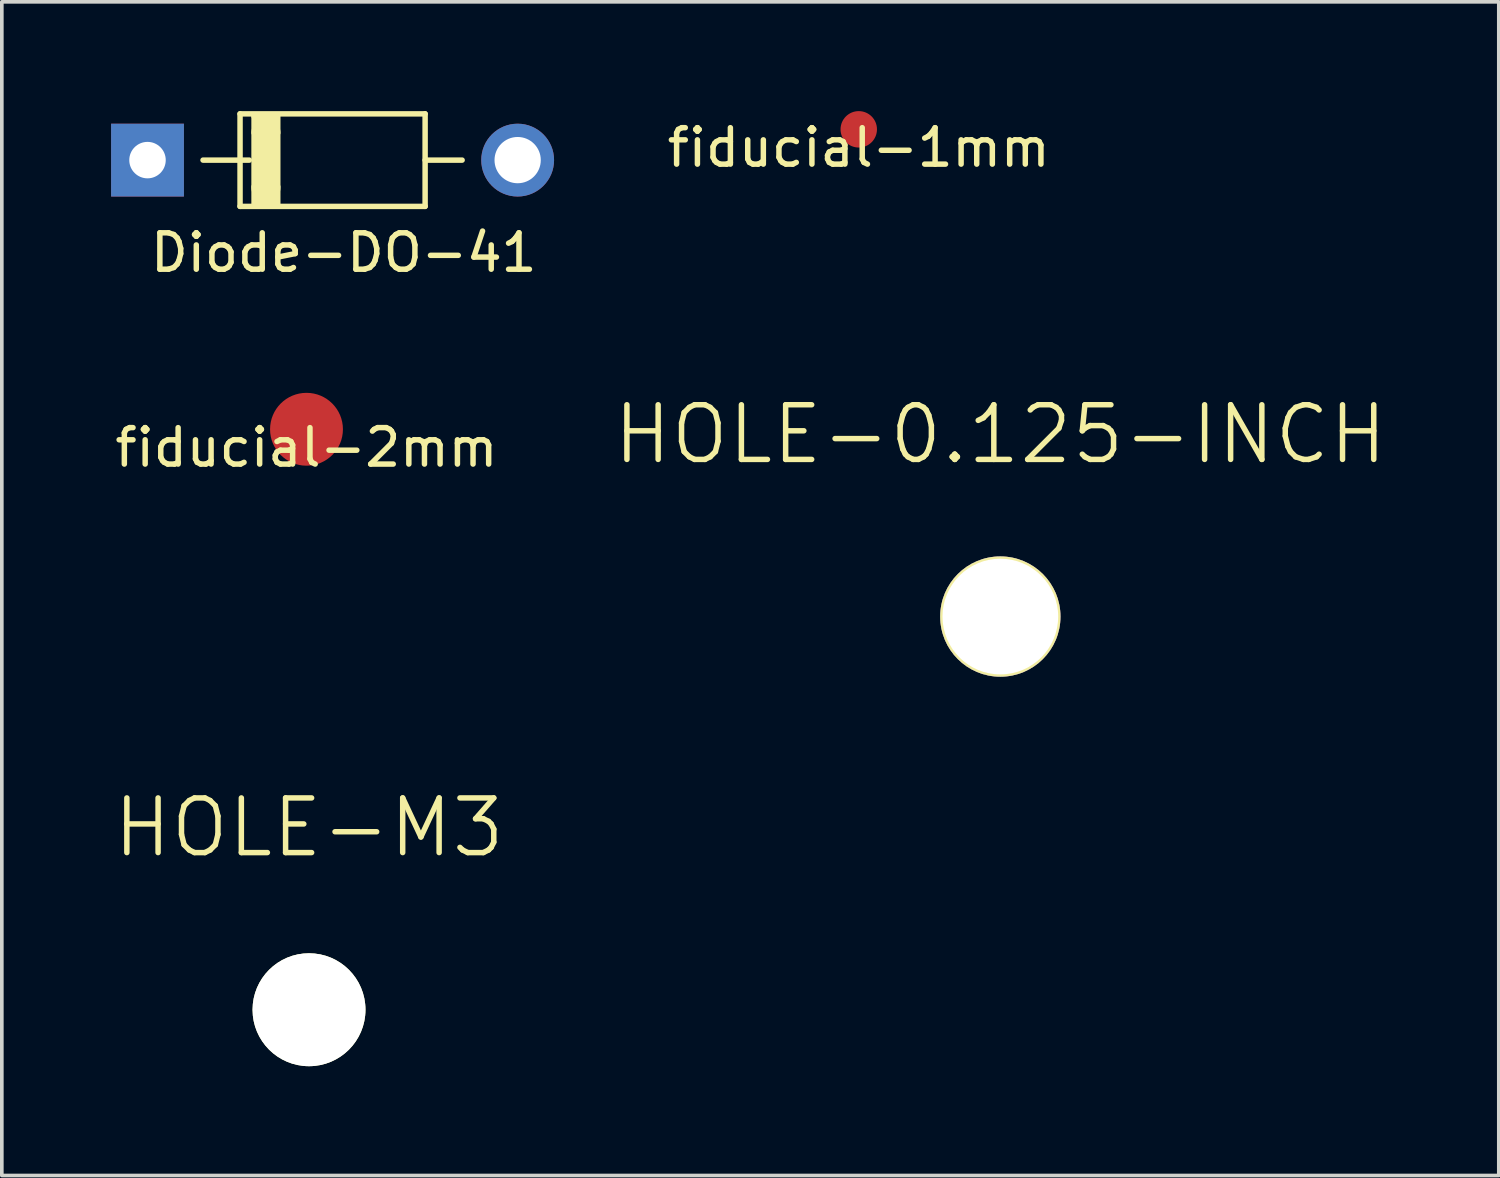
<source format=kicad_pcb>
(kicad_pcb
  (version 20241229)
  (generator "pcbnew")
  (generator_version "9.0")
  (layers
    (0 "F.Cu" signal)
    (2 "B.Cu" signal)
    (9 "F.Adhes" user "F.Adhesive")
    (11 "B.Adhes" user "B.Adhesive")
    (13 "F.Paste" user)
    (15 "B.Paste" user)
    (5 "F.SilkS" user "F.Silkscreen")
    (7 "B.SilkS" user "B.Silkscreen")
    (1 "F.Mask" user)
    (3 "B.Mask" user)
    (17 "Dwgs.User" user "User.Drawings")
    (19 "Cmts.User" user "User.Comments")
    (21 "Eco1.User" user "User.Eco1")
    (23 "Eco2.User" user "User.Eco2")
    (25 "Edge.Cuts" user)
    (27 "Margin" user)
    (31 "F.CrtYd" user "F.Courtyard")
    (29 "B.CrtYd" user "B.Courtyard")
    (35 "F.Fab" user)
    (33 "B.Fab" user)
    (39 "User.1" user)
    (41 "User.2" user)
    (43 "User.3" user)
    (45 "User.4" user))
  (footprint "fiducial-1mm"
    (layer "F.Cu")
    (at 20.522 0.5)
    (property "Reference" "fiducial-1mm" (at 0 0.5 0) (layer "F.SilkS") (effects (font (size 1 1) (thickness 0.15))))
    (attr through_hole)
    (pad "1" smd oval (at 0 0) (size 1 1) (layers "F.Cu" "F.Mask" "F.Paste")))
  (footprint "fiducial-2mm"
    (layer "F.Cu")
    (at 5.363 8.733)
    (property "Reference" "fiducial-2mm" (at 0 0.5 0) (layer "F.SilkS") (effects (font (size 1 1) (thickness 0.15))))
    (attr through_hole)
    (pad "1" smd oval (at 0 0) (size 2 2) (layers "F.Cu" "F.Mask" "F.Paste")))
  (footprint "Diode-DO-41"
    (layer "F.Cu")
    (at 0.999 1.348)
    (property "Reference" "Diode-DO-41" (at 5.387 2.537 0) (layer "F.SilkS") (effects (font (size 1 1) (thickness 0.15))))
    (attr through_hole)
    (fp_line (start 2.54 -1.273) (end 7.62 -1.273) (stroke (width 0.15) (type solid)) (layer "F.SilkS"))
    (fp_line (start 2.54 1.267) (end 2.54 -1.273) (stroke (width 0.15) (type solid)) (layer "F.SilkS"))
    (fp_line (start 2.794 -0.003) (end 1.524 -0.003) (stroke (width 0.15) (type solid)) (layer "F.SilkS"))
    (fp_line (start 2.925 -1.2) (end 3.55 -1.2) (stroke (width 0.15) (type solid)) (layer "F.SilkS"))
    (fp_line (start 2.925 -0.75) (end 2.925 -1.225) (stroke (width 0.15) (type solid)) (layer "F.SilkS"))
    (fp_line (start 2.925 0.725) (end 2.925 1.2) (stroke (width 0.15) (type solid)) (layer "F.SilkS"))
    (fp_line (start 2.95 -1.1) (end 3.55 -1.1) (stroke (width 0.15) (type solid)) (layer "F.SilkS"))
    (fp_line (start 2.95 1.175) (end 3.525 1.175) (stroke (width 0.15) (type solid)) (layer "F.SilkS"))
    (fp_line (start 2.975 1.075) (end 3.475 1.075) (stroke (width 0.15) (type solid)) (layer "F.SilkS"))
    (fp_line (start 3.25 -0.75) (end 3.25 0.75) (stroke (width 0.8) (type solid)) (layer "F.SilkS"))
    (fp_line (start 3.575 -0.75) (end 3.575 -1.225) (stroke (width 0.15) (type solid)) (layer "F.SilkS"))
    (fp_line (start 3.575 0.725) (end 3.575 1.25) (stroke (width 0.15) (type solid)) (layer "F.SilkS"))
    (fp_line (start 7.62 -1.273) (end 7.62 1.267) (stroke (width 0.15) (type solid)) (layer "F.SilkS"))
    (fp_line (start 7.62 -0.003) (end 8.636 -0.003) (stroke (width 0.15) (type solid)) (layer "F.SilkS"))
    (fp_line (start 7.62 1.267) (end 2.54 1.267) (stroke (width 0.15) (type solid)) (layer "F.SilkS"))
    (pad "1" thru_hole rect (at 0 -0.003 180) (size 1.999 1.999) (drill 1.001) (layers "*.Cu" "*.Mask"))
    (pad "2" thru_hole circle (at 10.16 -0.003 180) (size 1.999 1.999) (drill 1.27) (layers "*.Cu" "*.Mask")))
  (footprint "HOLE-0.125-INCH"
    (layer "F.Cu")
    (at 24.408 13.874)
    (property "Reference" "HOLE-0.125-INCH" (at 0 -5 0) (layer "F.SilkS") (effects (font (size 1.5 1.5) (thickness 0.15))))
    (attr through_hole)
    (pad "" thru_hole circle (at 0 0) (size 3.302 3.302) (drill 3.175) (layers "*.Cu" "*.Mask" "F.SilkS")))
  (footprint "HOLE-M3"
    (layer "F.Cu")
    (at 5.432 24.666)
    (property "Reference" "HOLE-M3" (at 0 -5 0) (layer "F.SilkS") (effects (font (size 1.5 1.5) (thickness 0.15))))
    (attr through_hole)
    (pad "" np_thru_hole circle (at 0 0) (size 3.1 3.1) (drill 3.1) (layers "*.Cu" "*.Mask" "F.SilkS")))
  (gr_rect
    (start -3 -3)
    (end 38.09 29.216)
    (stroke (width 0.1) (type default))
    (fill no)
    (layer "Edge.Cuts")))
</source>
